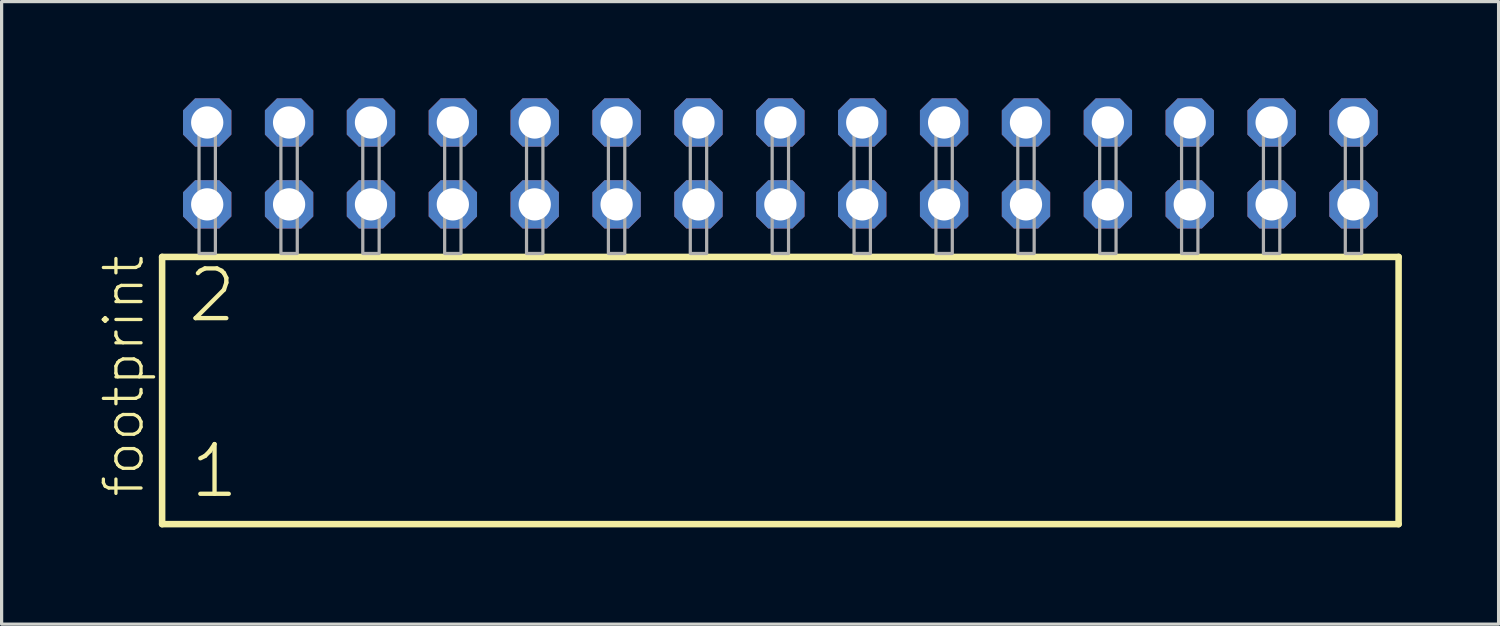
<source format=kicad_pcb>
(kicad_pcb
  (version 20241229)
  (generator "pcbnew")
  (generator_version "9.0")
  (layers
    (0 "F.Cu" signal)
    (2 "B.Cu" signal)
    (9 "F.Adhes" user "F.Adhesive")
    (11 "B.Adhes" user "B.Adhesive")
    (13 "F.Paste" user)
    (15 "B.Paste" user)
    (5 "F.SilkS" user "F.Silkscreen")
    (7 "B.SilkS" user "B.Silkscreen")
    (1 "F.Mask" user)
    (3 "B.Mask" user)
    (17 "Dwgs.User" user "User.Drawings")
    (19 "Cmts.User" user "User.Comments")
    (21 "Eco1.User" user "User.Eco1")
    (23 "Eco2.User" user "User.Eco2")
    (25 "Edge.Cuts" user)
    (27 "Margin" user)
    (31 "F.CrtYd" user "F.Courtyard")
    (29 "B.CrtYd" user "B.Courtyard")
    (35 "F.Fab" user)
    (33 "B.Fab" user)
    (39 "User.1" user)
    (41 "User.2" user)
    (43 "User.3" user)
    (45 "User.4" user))
  (footprint "footprint"
    (layer "F.Cu")
    (at 21.158 4.814)
    (property "Reference" "footprint" (at -19.685 7.62 90) (layer "F.SilkS") (effects (font (size 1.168 1.168) (thickness 0.102)) (justify left bottom)))
    (fp_line (start -19.179 0.106) (end -19.179 8.396) (stroke (width 0.203) (type solid)) (layer "F.SilkS"))
    (fp_line (start -19.179 8.396) (end 19.179 8.396) (stroke (width 0.203) (type solid)) (layer "F.SilkS"))
    (fp_line (start 19.179 0.106) (end -19.179 0.106) (stroke (width 0.203) (type solid)) (layer "F.SilkS"))
    (fp_line (start 19.179 8.396) (end 19.179 0.106) (stroke (width 0.203) (type solid)) (layer "F.SilkS"))
    (fp_poly (pts (xy -18.034 0) (xy -17.526 0) (xy -17.526 -4.318) (xy -18.034 -4.318)) (stroke (width 0.1) (type solid)) (fill no) (layer "F.Fab"))
    (fp_poly (pts (xy -15.494 0) (xy -14.986 0) (xy -14.986 -4.318) (xy -15.494 -4.318)) (stroke (width 0.1) (type solid)) (fill no) (layer "F.Fab"))
    (fp_poly (pts (xy -12.954 0) (xy -12.446 0) (xy -12.446 -4.318) (xy -12.954 -4.318)) (stroke (width 0.1) (type solid)) (fill no) (layer "F.Fab"))
    (fp_poly (pts (xy -10.414 0) (xy -9.906 0) (xy -9.906 -4.318) (xy -10.414 -4.318)) (stroke (width 0.1) (type solid)) (fill no) (layer "F.Fab"))
    (fp_poly (pts (xy -7.874 0) (xy -7.366 0) (xy -7.366 -4.318) (xy -7.874 -4.318)) (stroke (width 0.1) (type solid)) (fill no) (layer "F.Fab"))
    (fp_poly (pts (xy -5.334 0) (xy -4.826 0) (xy -4.826 -4.318) (xy -5.334 -4.318)) (stroke (width 0.1) (type solid)) (fill no) (layer "F.Fab"))
    (fp_poly (pts (xy -2.794 0) (xy -2.286 0) (xy -2.286 -4.318) (xy -2.794 -4.318)) (stroke (width 0.1) (type solid)) (fill no) (layer "F.Fab"))
    (fp_poly (pts (xy -0.254 0) (xy 0.254 0) (xy 0.254 -4.318) (xy -0.254 -4.318)) (stroke (width 0.1) (type solid)) (fill no) (layer "F.Fab"))
    (fp_poly (pts (xy 2.286 0) (xy 2.794 0) (xy 2.794 -4.318) (xy 2.286 -4.318)) (stroke (width 0.1) (type solid)) (fill no) (layer "F.Fab"))
    (fp_poly (pts (xy 4.826 0) (xy 5.334 0) (xy 5.334 -4.318) (xy 4.826 -4.318)) (stroke (width 0.1) (type solid)) (fill no) (layer "F.Fab"))
    (fp_poly (pts (xy 7.366 0) (xy 7.874 0) (xy 7.874 -4.318) (xy 7.366 -4.318)) (stroke (width 0.1) (type solid)) (fill no) (layer "F.Fab"))
    (fp_poly (pts (xy 9.906 0) (xy 10.414 0) (xy 10.414 -4.318) (xy 9.906 -4.318)) (stroke (width 0.1) (type solid)) (fill no) (layer "F.Fab"))
    (fp_poly (pts (xy 12.446 0) (xy 12.954 0) (xy 12.954 -4.318) (xy 12.446 -4.318)) (stroke (width 0.1) (type solid)) (fill no) (layer "F.Fab"))
    (fp_poly (pts (xy 14.986 0) (xy 15.494 0) (xy 15.494 -4.318) (xy 14.986 -4.318)) (stroke (width 0.1) (type solid)) (fill no) (layer "F.Fab"))
    (fp_poly (pts (xy 17.526 0) (xy 18.034 0) (xy 18.034 -4.318) (xy 17.526 -4.318)) (stroke (width 0.1) (type solid)) (fill no) (layer "F.Fab"))
    (fp_text user "1" (at -18.375 7.65 0) (layer "F.SilkS") (effects (font (size 1.542 1.542) (thickness 0.134)) (justify left bottom)))
    (fp_text user "2" (at -18.45 2.2 0) (layer "F.SilkS") (effects (font (size 1.542 1.542) (thickness 0.134)) (justify left bottom)))
    (pad "1" thru_hole roundrect (at -17.78 -1.524) (size 1.5 1.5) (drill 1) (layers "*.Cu" "*.Mask") (roundrect_rratio 0.25) (chamfer_ratio 0.25) (chamfer top_left top_right bottom_left bottom_right))
    (pad "2" thru_hole roundrect (at -17.78 -4.064) (size 1.5 1.5) (drill 1) (layers "*.Cu" "*.Mask") (roundrect_rratio 0.25) (chamfer_ratio 0.25) (chamfer top_left top_right bottom_left bottom_right))
    (pad "3" thru_hole roundrect (at -15.24 -1.524) (size 1.5 1.5) (drill 1) (layers "*.Cu" "*.Mask") (roundrect_rratio 0.25) (chamfer_ratio 0.25) (chamfer top_left top_right bottom_left bottom_right))
    (pad "4" thru_hole roundrect (at -15.24 -4.064) (size 1.5 1.5) (drill 1) (layers "*.Cu" "*.Mask") (roundrect_rratio 0.25) (chamfer_ratio 0.25) (chamfer top_left top_right bottom_left bottom_right))
    (pad "5" thru_hole roundrect (at -12.7 -1.524) (size 1.5 1.5) (drill 1) (layers "*.Cu" "*.Mask") (roundrect_rratio 0.25) (chamfer_ratio 0.25) (chamfer top_left top_right bottom_left bottom_right))
    (pad "6" thru_hole roundrect (at -12.7 -4.064) (size 1.5 1.5) (drill 1) (layers "*.Cu" "*.Mask") (roundrect_rratio 0.25) (chamfer_ratio 0.25) (chamfer top_left top_right bottom_left bottom_right))
    (pad "7" thru_hole roundrect (at -10.16 -1.524) (size 1.5 1.5) (drill 1) (layers "*.Cu" "*.Mask") (roundrect_rratio 0.25) (chamfer_ratio 0.25) (chamfer top_left top_right bottom_left bottom_right))
    (pad "8" thru_hole roundrect (at -10.16 -4.064) (size 1.5 1.5) (drill 1) (layers "*.Cu" "*.Mask") (roundrect_rratio 0.25) (chamfer_ratio 0.25) (chamfer top_left top_right bottom_left bottom_right))
    (pad "9" thru_hole roundrect (at -7.62 -1.524) (size 1.5 1.5) (drill 1) (layers "*.Cu" "*.Mask") (roundrect_rratio 0.25) (chamfer_ratio 0.25) (chamfer top_left top_right bottom_left bottom_right))
    (pad "10" thru_hole roundrect (at -7.62 -4.064) (size 1.5 1.5) (drill 1) (layers "*.Cu" "*.Mask") (roundrect_rratio 0.25) (chamfer_ratio 0.25) (chamfer top_left top_right bottom_left bottom_right))
    (pad "11" thru_hole roundrect (at -5.08 -1.524) (size 1.5 1.5) (drill 1) (layers "*.Cu" "*.Mask") (roundrect_rratio 0.25) (chamfer_ratio 0.25) (chamfer top_left top_right bottom_left bottom_right))
    (pad "12" thru_hole roundrect (at -5.08 -4.064) (size 1.5 1.5) (drill 1) (layers "*.Cu" "*.Mask") (roundrect_rratio 0.25) (chamfer_ratio 0.25) (chamfer top_left top_right bottom_left bottom_right))
    (pad "13" thru_hole roundrect (at -2.54 -1.524) (size 1.5 1.5) (drill 1) (layers "*.Cu" "*.Mask") (roundrect_rratio 0.25) (chamfer_ratio 0.25) (chamfer top_left top_right bottom_left bottom_right))
    (pad "14" thru_hole roundrect (at -2.54 -4.064) (size 1.5 1.5) (drill 1) (layers "*.Cu" "*.Mask") (roundrect_rratio 0.25) (chamfer_ratio 0.25) (chamfer top_left top_right bottom_left bottom_right))
    (pad "15" thru_hole roundrect (at 0 -1.524) (size 1.5 1.5) (drill 1) (layers "*.Cu" "*.Mask") (roundrect_rratio 0.25) (chamfer_ratio 0.25) (chamfer top_left top_right bottom_left bottom_right))
    (pad "16" thru_hole roundrect (at 0 -4.064) (size 1.5 1.5) (drill 1) (layers "*.Cu" "*.Mask") (roundrect_rratio 0.25) (chamfer_ratio 0.25) (chamfer top_left top_right bottom_left bottom_right))
    (pad "17" thru_hole roundrect (at 2.54 -1.524) (size 1.5 1.5) (drill 1) (layers "*.Cu" "*.Mask") (roundrect_rratio 0.25) (chamfer_ratio 0.25) (chamfer top_left top_right bottom_left bottom_right))
    (pad "18" thru_hole roundrect (at 2.54 -4.064) (size 1.5 1.5) (drill 1) (layers "*.Cu" "*.Mask") (roundrect_rratio 0.25) (chamfer_ratio 0.25) (chamfer top_left top_right bottom_left bottom_right))
    (pad "19" thru_hole roundrect (at 5.08 -1.524) (size 1.5 1.5) (drill 1) (layers "*.Cu" "*.Mask") (roundrect_rratio 0.25) (chamfer_ratio 0.25) (chamfer top_left top_right bottom_left bottom_right))
    (pad "20" thru_hole roundrect (at 5.08 -4.064) (size 1.5 1.5) (drill 1) (layers "*.Cu" "*.Mask") (roundrect_rratio 0.25) (chamfer_ratio 0.25) (chamfer top_left top_right bottom_left bottom_right))
    (pad "21" thru_hole roundrect (at 7.62 -1.524) (size 1.5 1.5) (drill 1) (layers "*.Cu" "*.Mask") (roundrect_rratio 0.25) (chamfer_ratio 0.25) (chamfer top_left top_right bottom_left bottom_right))
    (pad "22" thru_hole roundrect (at 7.62 -4.064) (size 1.5 1.5) (drill 1) (layers "*.Cu" "*.Mask") (roundrect_rratio 0.25) (chamfer_ratio 0.25) (chamfer top_left top_right bottom_left bottom_right))
    (pad "23" thru_hole roundrect (at 10.16 -1.524) (size 1.5 1.5) (drill 1) (layers "*.Cu" "*.Mask") (roundrect_rratio 0.25) (chamfer_ratio 0.25) (chamfer top_left top_right bottom_left bottom_right))
    (pad "24" thru_hole roundrect (at 10.16 -4.064) (size 1.5 1.5) (drill 1) (layers "*.Cu" "*.Mask") (roundrect_rratio 0.25) (chamfer_ratio 0.25) (chamfer top_left top_right bottom_left bottom_right))
    (pad "25" thru_hole roundrect (at 12.7 -1.524) (size 1.5 1.5) (drill 1) (layers "*.Cu" "*.Mask") (roundrect_rratio 0.25) (chamfer_ratio 0.25) (chamfer top_left top_right bottom_left bottom_right))
    (pad "26" thru_hole roundrect (at 12.7 -4.064) (size 1.5 1.5) (drill 1) (layers "*.Cu" "*.Mask") (roundrect_rratio 0.25) (chamfer_ratio 0.25) (chamfer top_left top_right bottom_left bottom_right))
    (pad "27" thru_hole roundrect (at 15.24 -1.524) (size 1.5 1.5) (drill 1) (layers "*.Cu" "*.Mask") (roundrect_rratio 0.25) (chamfer_ratio 0.25) (chamfer top_left top_right bottom_left bottom_right))
    (pad "28" thru_hole roundrect (at 15.24 -4.064) (size 1.5 1.5) (drill 1) (layers "*.Cu" "*.Mask") (roundrect_rratio 0.25) (chamfer_ratio 0.25) (chamfer top_left top_right bottom_left bottom_right))
    (pad "29" thru_hole roundrect (at 17.78 -1.524) (size 1.5 1.5) (drill 1) (layers "*.Cu" "*.Mask") (roundrect_rratio 0.25) (chamfer_ratio 0.25) (chamfer top_left top_right bottom_left bottom_right))
    (pad "30" thru_hole roundrect (at 17.78 -4.064) (size 1.5 1.5) (drill 1) (layers "*.Cu" "*.Mask") (roundrect_rratio 0.25) (chamfer_ratio 0.25) (chamfer top_left top_right bottom_left bottom_right)))
  (gr_rect
    (start -3 -3)
    (end 43.439 16.312)
    (stroke (width 0.1) (type default))
    (fill no)
    (layer "Edge.Cuts")))
</source>
